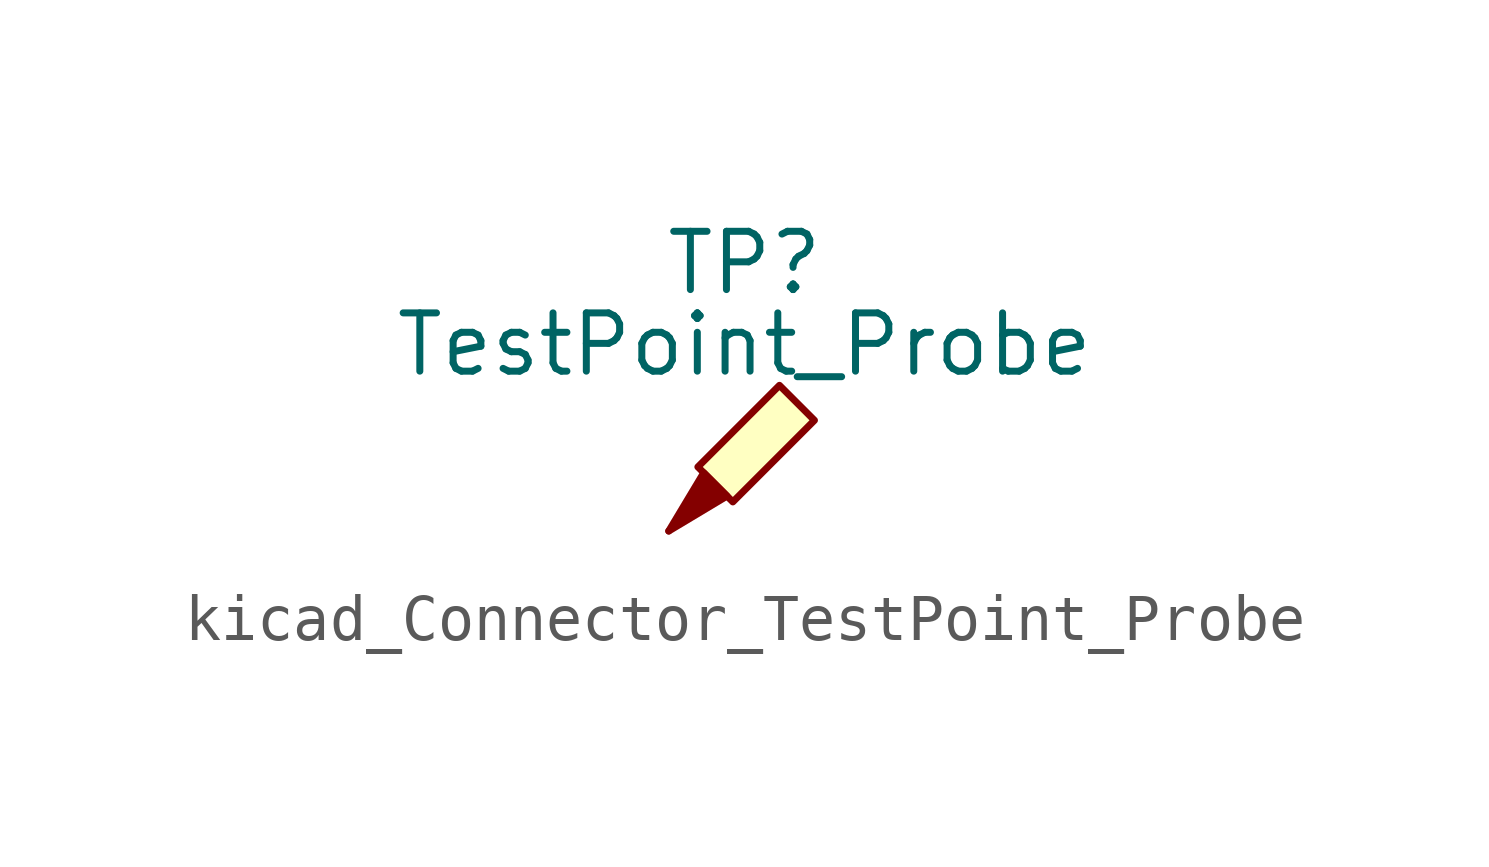
<source format=kicad_sym>
(kicad_symbol_lib
  (version 20220914)
  (generator kicad_symbol_editor)
  (symbol "kicad_Connector_TestPoint_Probe"
    (pin_numbers hide)
    (pin_names
      (offset 0.762) hide)
    (property "Reference" "TP"
      (at 1.651 5.842 0)
      (effects (font (size 1.27 1.27))))
    (property "Value" "TestPoint_Probe"
      (at 1.651 4.064 0)
      (effects (font (size 1.27 1.27))))
    (symbol "kicad_Connector_TestPoint_Probe_0_1"
      (polyline (pts (xy 1.27 0.762) (xy 0 0) (xy 0.762 1.27) (xy 1.27 0.762)) (stroke (width 0) (type default)) (fill (type outline)))
      (polyline (pts (xy 1.397 0.635) (xy 0.635 1.397) (xy 2.413 3.175) (xy 3.175 2.413) (xy 1.397 0.635)) (stroke (width 0) (type default)) (fill (type background))))
    (symbol "kicad_Connector_TestPoint_Probe_1_1"
      (pin passive line (at 0 0 90) (length 0) (name "1" (effects (font (size 1.27 1.27)))) (number "1" (effects (font (size 1.27 1.27))))))))
</source>
